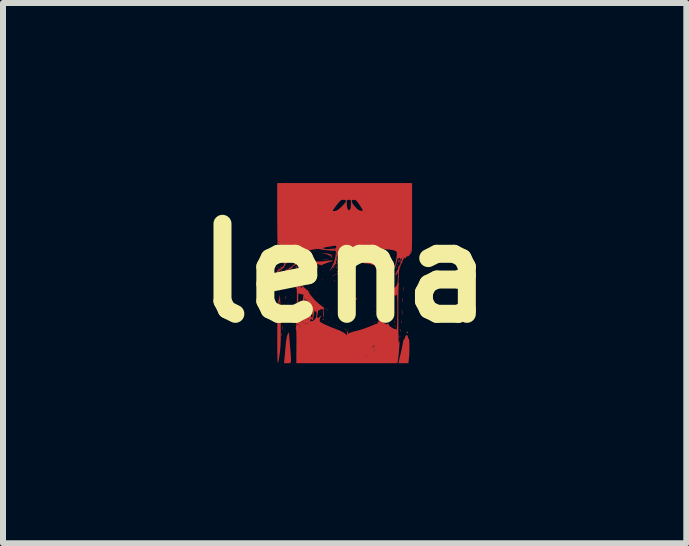
<source format=kicad_pcb>
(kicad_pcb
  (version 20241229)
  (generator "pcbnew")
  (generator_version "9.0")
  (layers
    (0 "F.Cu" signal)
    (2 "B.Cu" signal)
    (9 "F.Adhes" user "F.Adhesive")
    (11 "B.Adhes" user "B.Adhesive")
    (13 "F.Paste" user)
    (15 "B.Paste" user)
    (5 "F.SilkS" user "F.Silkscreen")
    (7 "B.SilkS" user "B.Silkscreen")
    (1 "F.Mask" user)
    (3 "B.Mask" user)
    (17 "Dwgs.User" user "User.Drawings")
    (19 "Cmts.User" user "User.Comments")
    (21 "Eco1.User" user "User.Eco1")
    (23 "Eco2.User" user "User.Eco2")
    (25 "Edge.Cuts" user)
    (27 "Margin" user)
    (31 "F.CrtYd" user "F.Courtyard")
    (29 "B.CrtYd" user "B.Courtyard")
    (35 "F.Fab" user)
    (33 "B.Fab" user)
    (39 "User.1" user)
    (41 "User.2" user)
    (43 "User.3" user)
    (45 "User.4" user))
  (footprint "lena"
    (layer "F.Cu")
    (at 2.693 1.501)
    (property "Reference" "lena" (at 0 0 0) (layer "F.SilkS") (effects (font (size 1.5 1.5) (thickness 0.3))))
    (attr board_only exclude_from_pos_files exclude_from_bom)
    (fp_poly (pts (xy -1.089 0.058) (xy -1.095 0.064) (xy -1.101 0.058) (xy -1.095 0.052)) (stroke (width 0) (type solid)) (fill yes) (layer "F.Cu"))
    (fp_poly (pts (xy -1.02 -0.162) (xy -1.026 -0.156) (xy -1.031 -0.162) (xy -1.026 -0.168)) (stroke (width 0) (type solid)) (fill yes) (layer "F.Cu"))
    (fp_poly (pts (xy -0.927 0.023) (xy -0.933 0.029) (xy -0.939 0.023) (xy -0.933 0.017)) (stroke (width 0) (type solid)) (fill yes) (layer "F.Cu"))
    (fp_poly (pts (xy -0.915 -0.116) (xy -0.921 -0.11) (xy -0.927 -0.116) (xy -0.921 -0.122)) (stroke (width 0) (type solid)) (fill yes) (layer "F.Cu"))
    (fp_poly (pts (xy -0.892 -0.174) (xy -0.898 -0.168) (xy -0.904 -0.174) (xy -0.898 -0.18)) (stroke (width 0) (type solid)) (fill yes) (layer "F.Cu"))
    (fp_poly (pts (xy -0.881 -0.197) (xy -0.886 -0.191) (xy -0.892 -0.197) (xy -0.886 -0.203)) (stroke (width 0) (type solid)) (fill yes) (layer "F.Cu"))
    (fp_poly (pts (xy -0.869 -0.151) (xy -0.875 -0.145) (xy -0.881 -0.151) (xy -0.875 -0.156)) (stroke (width 0) (type solid)) (fill yes) (layer "F.Cu"))
    (fp_poly (pts (xy -0.857 -0.185) (xy -0.863 -0.18) (xy -0.869 -0.185) (xy -0.863 -0.191)) (stroke (width 0) (type solid)) (fill yes) (layer "F.Cu"))
    (fp_poly (pts (xy -0.846 -0.012) (xy -0.852 -0.006) (xy -0.857 -0.012) (xy -0.852 -0.017)) (stroke (width 0) (type solid)) (fill yes) (layer "F.Cu"))
    (fp_poly (pts (xy -0.834 0.197) (xy -0.84 0.203) (xy -0.846 0.197) (xy -0.84 0.191)) (stroke (width 0) (type solid)) (fill yes) (layer "F.Cu"))
    (fp_poly (pts (xy -0.834 0.22) (xy -0.84 0.226) (xy -0.846 0.22) (xy -0.84 0.214)) (stroke (width 0) (type solid)) (fill yes) (layer "F.Cu"))
    (fp_poly (pts (xy -0.823 0.012) (xy -0.829 0.017) (xy -0.834 0.012) (xy -0.829 0.006)) (stroke (width 0) (type solid)) (fill yes) (layer "F.Cu"))
    (fp_poly (pts (xy -0.811 0.209) (xy -0.817 0.214) (xy -0.823 0.209) (xy -0.817 0.203)) (stroke (width 0) (type solid)) (fill yes) (layer "F.Cu"))
    (fp_poly (pts (xy -0.742 0.545) (xy -0.747 0.55) (xy -0.753 0.545) (xy -0.747 0.539)) (stroke (width 0) (type solid)) (fill yes) (layer "F.Cu"))
    (fp_poly (pts (xy -0.695 0.127) (xy -0.701 0.133) (xy -0.707 0.127) (xy -0.701 0.122)) (stroke (width 0) (type solid)) (fill yes) (layer "F.Cu"))
    (fp_poly (pts (xy -0.579 0.301) (xy -0.585 0.307) (xy -0.591 0.301) (xy -0.585 0.295)) (stroke (width 0) (type solid)) (fill yes) (layer "F.Cu"))
    (fp_poly (pts (xy -0.556 0.313) (xy -0.562 0.319) (xy -0.568 0.313) (xy -0.562 0.307)) (stroke (width 0) (type solid)) (fill yes) (layer "F.Cu"))
    (fp_poly (pts (xy -0.498 0.753) (xy -0.504 0.759) (xy -0.51 0.753) (xy -0.504 0.747)) (stroke (width 0) (type solid)) (fill yes) (layer "F.Cu"))
    (fp_poly (pts (xy -0.464 0.336) (xy -0.469 0.342) (xy -0.475 0.336) (xy -0.469 0.33)) (stroke (width 0) (type solid)) (fill yes) (layer "F.Cu"))
    (fp_poly (pts (xy -0.359 0.104) (xy -0.365 0.11) (xy -0.371 0.104) (xy -0.365 0.098)) (stroke (width 0) (type solid)) (fill yes) (layer "F.Cu"))
    (fp_poly (pts (xy -0.313 0.8) (xy -0.319 0.805) (xy -0.324 0.8) (xy -0.319 0.794)) (stroke (width 0) (type solid)) (fill yes) (layer "F.Cu"))
    (fp_poly (pts (xy -0.278 0.614) (xy -0.284 0.62) (xy -0.29 0.614) (xy -0.284 0.608)) (stroke (width 0) (type solid)) (fill yes) (layer "F.Cu"))
    (fp_poly (pts (xy -0.267 0.823) (xy -0.272 0.829) (xy -0.278 0.823) (xy -0.272 0.817)) (stroke (width 0) (type solid)) (fill yes) (layer "F.Cu"))
    (fp_poly (pts (xy -0.22 0.649) (xy -0.226 0.655) (xy -0.232 0.649) (xy -0.226 0.643)) (stroke (width 0) (type solid)) (fill yes) (layer "F.Cu"))
    (fp_poly (pts (xy -0.185 -0.07) (xy -0.191 -0.064) (xy -0.197 -0.07) (xy -0.191 -0.075)) (stroke (width 0) (type solid)) (fill yes) (layer "F.Cu"))
    (fp_poly (pts (xy -0.162 0.869) (xy -0.168 0.875) (xy -0.174 0.869) (xy -0.168 0.863)) (stroke (width 0) (type solid)) (fill yes) (layer "F.Cu"))
    (fp_poly (pts (xy -0.127 0.881) (xy -0.133 0.886) (xy -0.139 0.881) (xy -0.133 0.875)) (stroke (width 0) (type solid)) (fill yes) (layer "F.Cu"))
    (fp_poly (pts (xy -0.116 -0.127) (xy -0.122 -0.122) (xy -0.127 -0.127) (xy -0.122 -0.133)) (stroke (width 0) (type solid)) (fill yes) (layer "F.Cu"))
    (fp_poly (pts (xy -0.104 -0.104) (xy -0.11 -0.098) (xy -0.116 -0.104) (xy -0.11 -0.11)) (stroke (width 0) (type solid)) (fill yes) (layer "F.Cu"))
    (fp_poly (pts (xy -0.093 0.892) (xy -0.098 0.898) (xy -0.104 0.892) (xy -0.098 0.886)) (stroke (width 0) (type solid)) (fill yes) (layer "F.Cu"))
    (fp_poly (pts (xy -0.07 0.44) (xy -0.075 0.446) (xy -0.081 0.44) (xy -0.075 0.435)) (stroke (width 0) (type solid)) (fill yes) (layer "F.Cu"))
    (fp_poly (pts (xy -0.058 0.904) (xy -0.064 0.91) (xy -0.07 0.904) (xy -0.064 0.898)) (stroke (width 0) (type solid)) (fill yes) (layer "F.Cu"))
    (fp_poly (pts (xy 0 -0.255) (xy -0.006 -0.249) (xy -0.012 -0.255) (xy -0.006 -0.261)) (stroke (width 0) (type solid)) (fill yes) (layer "F.Cu"))
    (fp_poly (pts (xy 0.035 -0.185) (xy 0.029 -0.18) (xy 0.023 -0.185) (xy 0.029 -0.191)) (stroke (width 0) (type solid)) (fill yes) (layer "F.Cu"))
    (fp_poly (pts (xy 0.07 0.95) (xy 0.064 0.956) (xy 0.058 0.95) (xy 0.064 0.944)) (stroke (width 0) (type solid)) (fill yes) (layer "F.Cu"))
    (fp_poly (pts (xy 0.093 -0.29) (xy 0.087 -0.284) (xy 0.081 -0.29) (xy 0.087 -0.295)) (stroke (width 0) (type solid)) (fill yes) (layer "F.Cu"))
    (fp_poly (pts (xy 0.127 -0.22) (xy 0.122 -0.214) (xy 0.116 -0.22) (xy 0.122 -0.226)) (stroke (width 0) (type solid)) (fill yes) (layer "F.Cu"))
    (fp_poly (pts (xy 0.209 -0.336) (xy 0.203 -0.33) (xy 0.197 -0.336) (xy 0.203 -0.342)) (stroke (width 0) (type solid)) (fill yes) (layer "F.Cu"))
    (fp_poly (pts (xy 0.29 -0.232) (xy 0.284 -0.226) (xy 0.278 -0.232) (xy 0.284 -0.238)) (stroke (width 0) (type solid)) (fill yes) (layer "F.Cu"))
    (fp_poly (pts (xy 0.498 0.637) (xy 0.492 0.643) (xy 0.487 0.637) (xy 0.492 0.632)) (stroke (width 0) (type solid)) (fill yes) (layer "F.Cu"))
    (fp_poly (pts (xy 0.51 0.545) (xy 0.504 0.55) (xy 0.498 0.545) (xy 0.504 0.539)) (stroke (width 0) (type solid)) (fill yes) (layer "F.Cu"))
    (fp_poly (pts (xy 0.533 0.521) (xy 0.527 0.527) (xy 0.521 0.521) (xy 0.527 0.516)) (stroke (width 0) (type solid)) (fill yes) (layer "F.Cu"))
    (fp_poly (pts (xy 0.591 0.51) (xy 0.585 0.516) (xy 0.579 0.51) (xy 0.585 0.504)) (stroke (width 0) (type solid)) (fill yes) (layer "F.Cu"))
    (fp_poly (pts (xy 0.637 0.232) (xy 0.632 0.238) (xy 0.626 0.232) (xy 0.632 0.226)) (stroke (width 0) (type solid)) (fill yes) (layer "F.Cu"))
    (fp_poly (pts (xy 0.66 0.22) (xy 0.655 0.226) (xy 0.649 0.22) (xy 0.655 0.214)) (stroke (width 0) (type solid)) (fill yes) (layer "F.Cu"))
    (fp_poly (pts (xy 0.776 0.255) (xy 0.771 0.261) (xy 0.765 0.255) (xy 0.771 0.249)) (stroke (width 0) (type solid)) (fill yes) (layer "F.Cu"))
    (fp_poly (pts (xy 0.788 0.046) (xy 0.782 0.052) (xy 0.776 0.046) (xy 0.782 0.041)) (stroke (width 0) (type solid)) (fill yes) (layer "F.Cu"))
    (fp_poly (pts (xy 0.788 0.232) (xy 0.782 0.238) (xy 0.776 0.232) (xy 0.782 0.226)) (stroke (width 0) (type solid)) (fill yes) (layer "F.Cu"))
    (fp_poly (pts (xy 0.8 0.023) (xy 0.794 0.029) (xy 0.788 0.023) (xy 0.794 0.017)) (stroke (width 0) (type solid)) (fill yes) (layer "F.Cu"))
    (fp_poly (pts (xy 0.8 0.209) (xy 0.794 0.214) (xy 0.788 0.209) (xy 0.794 0.203)) (stroke (width 0) (type solid)) (fill yes) (layer "F.Cu"))
    (fp_poly (pts (xy 0.811 0) (xy 0.805 0.006) (xy 0.8 0) (xy 0.805 -0.006)) (stroke (width 0) (type solid)) (fill yes) (layer "F.Cu"))
    (fp_poly (pts (xy 0.823 0.162) (xy 0.817 0.168) (xy 0.811 0.162) (xy 0.817 0.156)) (stroke (width 0) (type solid)) (fill yes) (layer "F.Cu"))
    (fp_poly (pts (xy 0.834 0.127) (xy 0.829 0.133) (xy 0.823 0.127) (xy 0.829 0.122)) (stroke (width 0) (type solid)) (fill yes) (layer "F.Cu"))
    (fp_poly (pts (xy 0.846 0.104) (xy 0.84 0.11) (xy 0.834 0.104) (xy 0.84 0.098)) (stroke (width 0) (type solid)) (fill yes) (layer "F.Cu"))
    (fp_poly (pts (xy 0.857 0.07) (xy 0.852 0.075) (xy 0.846 0.07) (xy 0.852 0.064)) (stroke (width 0) (type solid)) (fill yes) (layer "F.Cu"))
    (fp_poly (pts (xy 0.927 0.267) (xy 0.921 0.272) (xy 0.915 0.267) (xy 0.921 0.261)) (stroke (width 0) (type solid)) (fill yes) (layer "F.Cu"))
    (fp_poly (pts (xy -0.896 0.044) (xy -0.898 0.051) (xy -0.904 0.052) (xy -0.913 0.048) (xy -0.912 0.044) (xy -0.898 0.043)) (stroke (width 0) (type solid)) (fill yes) (layer "F.Cu"))
    (fp_poly (pts (xy -0.827 0.856) (xy -0.825 0.869) (xy -0.827 0.871) (xy -0.833 0.869) (xy -0.834 0.863) (xy -0.83 0.854)) (stroke (width 0) (type solid)) (fill yes) (layer "F.Cu"))
    (fp_poly (pts (xy -0.734 0.456) (xy -0.732 0.474) (xy -0.735 0.478) (xy -0.74 0.474) (xy -0.741 0.463) (xy -0.738 0.45)) (stroke (width 0) (type solid)) (fill yes) (layer "F.Cu"))
    (fp_poly (pts (xy -0.722 0.513) (xy -0.721 0.532) (xy -0.723 0.536) (xy -0.728 0.532) (xy -0.729 0.52) (xy -0.726 0.508)) (stroke (width 0) (type solid)) (fill yes) (layer "F.Cu"))
    (fp_poly (pts (xy -0.166 0.119) (xy -0.165 0.138) (xy -0.167 0.142) (xy -0.172 0.138) (xy -0.173 0.126) (xy -0.17 0.114)) (stroke (width 0) (type solid)) (fill yes) (layer "F.Cu"))
    (fp_poly (pts (xy -0.143 0.021) (xy -0.145 0.028) (xy -0.151 0.029) (xy -0.16 0.025) (xy -0.158 0.021) (xy -0.145 0.02)) (stroke (width 0) (type solid)) (fill yes) (layer "F.Cu"))
    (fp_poly (pts (xy 0.02 0.166) (xy 0.021 0.184) (xy 0.019 0.188) (xy 0.013 0.185) (xy 0.013 0.173) (xy 0.015 0.16)) (stroke (width 0) (type solid)) (fill yes) (layer "F.Cu"))
    (fp_poly (pts (xy 0.078 0.451) (xy 0.075 0.456) (xy 0.063 0.457) (xy 0.05 0.454) (xy 0.056 0.45) (xy 0.074 0.448)) (stroke (width 0) (type solid)) (fill yes) (layer "F.Cu"))
    (fp_poly (pts (xy 0.251 -0.303) (xy 0.249 -0.296) (xy 0.243 -0.295) (xy 0.234 -0.3) (xy 0.236 -0.303) (xy 0.249 -0.305)) (stroke (width 0) (type solid)) (fill yes) (layer "F.Cu"))
    (fp_poly (pts (xy 0.351 -0.245) (xy 0.352 -0.241) (xy 0.336 -0.239) (xy 0.32 -0.241) (xy 0.322 -0.245) (xy 0.345 -0.247)) (stroke (width 0) (type solid)) (fill yes) (layer "F.Cu"))
    (fp_poly (pts (xy 0.494 0.705) (xy 0.496 0.719) (xy 0.494 0.72) (xy 0.488 0.719) (xy 0.487 0.713) (xy 0.491 0.703)) (stroke (width 0) (type solid)) (fill yes) (layer "F.Cu"))
    (fp_poly (pts (xy 0.587 0.241) (xy 0.586 0.248) (xy 0.579 0.249) (xy 0.57 0.245) (xy 0.572 0.241) (xy 0.585 0.24)) (stroke (width 0) (type solid)) (fill yes) (layer "F.Cu"))
    (fp_poly (pts (xy 0.634 0.734) (xy 0.635 0.752) (xy 0.633 0.756) (xy 0.627 0.752) (xy 0.627 0.741) (xy 0.629 0.728)) (stroke (width 0) (type solid)) (fill yes) (layer "F.Cu"))
    (fp_poly (pts (xy 0.819 -0.037) (xy 0.82 -0.023) (xy 0.819 -0.021) (xy 0.812 -0.023) (xy 0.811 -0.029) (xy 0.815 -0.039)) (stroke (width 0) (type solid)) (fill yes) (layer "F.Cu"))
    (fp_poly (pts (xy 0.842 0.872) (xy 0.844 0.896) (xy 0.842 0.901) (xy 0.838 0.902) (xy 0.836 0.886) (xy 0.838 0.87)) (stroke (width 0) (type solid)) (fill yes) (layer "F.Cu"))
    (fp_poly (pts (xy 0.865 0.033) (xy 0.867 0.047) (xy 0.865 0.048) (xy 0.858 0.047) (xy 0.857 0.041) (xy 0.862 0.031)) (stroke (width 0) (type solid)) (fill yes) (layer "F.Cu"))
    (fp_poly (pts (xy 0.888 -0.153) (xy 0.89 -0.139) (xy 0.888 -0.137) (xy 0.881 -0.139) (xy 0.881 -0.145) (xy 0.885 -0.154)) (stroke (width 0) (type solid)) (fill yes) (layer "F.Cu"))
    (fp_poly (pts (xy -0.894 -0.059) (xy -0.882 -0.047) (xy -0.884 -0.041) (xy -0.886 -0.041) (xy -0.896 -0.049) (xy -0.899 -0.054) (xy -0.901 -0.062)) (stroke (width 0) (type solid)) (fill yes) (layer "F.Cu"))
    (fp_poly (pts (xy -0.315 0.59) (xy -0.302 0.602) (xy -0.305 0.608) (xy -0.306 0.608) (xy -0.316 0.6) (xy -0.32 0.595) (xy -0.321 0.587)) (stroke (width 0) (type solid)) (fill yes) (layer "F.Cu"))
    (fp_poly (pts (xy -0.141 -0.105) (xy -0.128 -0.095) (xy -0.127 -0.092) (xy -0.133 -0.087) (xy -0.144 -0.098) (xy -0.146 -0.1) (xy -0.147 -0.108)) (stroke (width 0) (type solid)) (fill yes) (layer "F.Cu"))
    (fp_poly (pts (xy -0.109 -0.218) (xy -0.111 -0.209) (xy -0.121 -0.193) (xy -0.127 -0.196) (xy -0.127 -0.202) (xy -0.119 -0.218) (xy -0.116 -0.22)) (stroke (width 0) (type solid)) (fill yes) (layer "F.Cu"))
    (fp_poly (pts (xy 0.126 -0.349) (xy 0.138 -0.337) (xy 0.136 -0.33) (xy 0.134 -0.33) (xy 0.124 -0.338) (xy 0.121 -0.344) (xy 0.119 -0.352)) (stroke (width 0) (type solid)) (fill yes) (layer "F.Cu"))
    (fp_poly (pts (xy 0.682 0.184) (xy 0.694 0.195) (xy 0.695 0.198) (xy 0.69 0.202) (xy 0.678 0.192) (xy 0.677 0.189) (xy 0.675 0.181)) (stroke (width 0) (type solid)) (fill yes) (layer "F.Cu"))
    (fp_poly (pts (xy -1.104 -0.103) (xy -1.107 -0.098) (xy -1.118 -0.087) (xy -1.12 -0.087) (xy -1.12 -0.094) (xy -1.118 -0.098) (xy -1.107 -0.11) (xy -1.105 -0.11)) (stroke (width 0) (type solid)) (fill yes) (layer "F.Cu"))
    (fp_poly (pts (xy -1.089 0.029) (xy -1.099 0.039) (xy -1.107 0.041) (xy -1.122 0.038) (xy -1.124 0.036) (xy -1.115 0.029) (xy -1.107 0.025) (xy -1.092 0.025)) (stroke (width 0) (type solid)) (fill yes) (layer "F.Cu"))
    (fp_poly (pts (xy -1.047 -0.045) (xy -1.049 -0.041) (xy -1.06 -0.029) (xy -1.062 -0.029) (xy -1.062 -0.036) (xy -1.06 -0.041) (xy -1.049 -0.052) (xy -1.047 -0.052)) (stroke (width 0) (type solid)) (fill yes) (layer "F.Cu"))
    (fp_poly (pts (xy -1.046 1.005) (xy -1.045 1.035) (xy -1.046 1.046) (xy -1.05 1.049) (xy -1.052 1.033) (xy -1.052 1.026) (xy -1.051 1.004) (xy -1.048 1.002)) (stroke (width 0) (type solid)) (fill yes) (layer "F.Cu"))
    (fp_poly (pts (xy -1.035 0.878) (xy -1.033 0.915) (xy -1.035 0.941) (xy -1.037 0.949) (xy -1.039 0.936) (xy -1.039 0.91) (xy -1.039 0.881) (xy -1.037 0.87)) (stroke (width 0) (type solid)) (fill yes) (layer "F.Cu"))
    (fp_poly (pts (xy -1.023 0.768) (xy -1.021 0.798) (xy -1.023 0.814) (xy -1.026 0.817) (xy -1.028 0.8) (xy -1.028 0.788) (xy -1.027 0.766) (xy -1.025 0.762)) (stroke (width 0) (type solid)) (fill yes) (layer "F.Cu"))
    (fp_poly (pts (xy -1.012 0.646) (xy -1.01 0.675) (xy -1.012 0.687) (xy -1.015 0.69) (xy -1.017 0.674) (xy -1.017 0.666) (xy -1.016 0.645) (xy -1.013 0.643)) (stroke (width 0) (type solid)) (fill yes) (layer "F.Cu"))
    (fp_poly (pts (xy -1 0.519) (xy -0.998 0.548) (xy -1 0.559) (xy -1.003 0.563) (xy -1.005 0.547) (xy -1.005 0.539) (xy -1.004 0.518) (xy -1.001 0.515)) (stroke (width 0) (type solid)) (fill yes) (layer "F.Cu"))
    (fp_poly (pts (xy -0.988 0.385) (xy -0.986 0.416) (xy -0.989 0.432) (xy -0.992 0.434) (xy -0.993 0.418) (xy -0.994 0.406) (xy -0.992 0.383) (xy -0.99 0.38)) (stroke (width 0) (type solid)) (fill yes) (layer "F.Cu"))
    (fp_poly (pts (xy -0.977 0.223) (xy -0.975 0.257) (xy -0.977 0.275) (xy -0.98 0.281) (xy -0.981 0.266) (xy -0.982 0.249) (xy -0.981 0.224) (xy -0.979 0.217)) (stroke (width 0) (type solid)) (fill yes) (layer "F.Cu"))
    (fp_poly (pts (xy -0.861 -0.033) (xy -0.863 -0.029) (xy -0.874 -0.018) (xy -0.876 -0.017) (xy -0.877 -0.025) (xy -0.875 -0.029) (xy -0.864 -0.04) (xy -0.862 -0.041)) (stroke (width 0) (type solid)) (fill yes) (layer "F.Cu"))
    (fp_poly (pts (xy -0.817 -0.194) (xy -0.818 -0.189) (xy -0.828 -0.18) (xy -0.829 -0.18) (xy -0.838 -0.188) (xy -0.839 -0.189) (xy -0.835 -0.198) (xy -0.829 -0.199)) (stroke (width 0) (type solid)) (fill yes) (layer "F.Cu"))
    (fp_poly (pts (xy -0.815 0.652) (xy -0.813 0.686) (xy -0.815 0.704) (xy -0.817 0.709) (xy -0.819 0.695) (xy -0.82 0.678) (xy -0.819 0.653) (xy -0.816 0.646)) (stroke (width 0) (type solid)) (fill yes) (layer "F.Cu"))
    (fp_poly (pts (xy -0.757 0.002) (xy -0.759 0.006) (xy -0.77 0.017) (xy -0.772 0.017) (xy -0.773 0.01) (xy -0.771 0.006) (xy -0.76 -0.005) (xy -0.758 -0.006)) (stroke (width 0) (type solid)) (fill yes) (layer "F.Cu"))
    (fp_poly (pts (xy -0.678 0.16) (xy -0.669 0.167) (xy -0.653 0.181) (xy -0.649 0.187) (xy -0.655 0.19) (xy -0.67 0.175) (xy -0.674 0.171) (xy -0.684 0.157)) (stroke (width 0) (type solid)) (fill yes) (layer "F.Cu"))
    (fp_poly (pts (xy -0.348 0.767) (xy -0.348 0.771) (xy -0.352 0.782) (xy -0.353 0.782) (xy -0.363 0.774) (xy -0.365 0.771) (xy -0.364 0.76) (xy -0.36 0.759)) (stroke (width 0) (type solid)) (fill yes) (layer "F.Cu"))
    (fp_poly (pts (xy -0.177 0.036) (xy -0.18 0.041) (xy -0.191 0.052) (xy -0.193 0.052) (xy -0.193 0.045) (xy -0.191 0.041) (xy -0.18 0.029) (xy -0.178 0.029)) (stroke (width 0) (type solid)) (fill yes) (layer "F.Cu"))
    (fp_poly (pts (xy -0.096 -0.046) (xy -0.103 -0.038) (xy -0.12 -0.02) (xy -0.127 -0.02) (xy -0.127 -0.022) (xy -0.12 -0.031) (xy -0.107 -0.042) (xy -0.093 -0.052)) (stroke (width 0) (type solid)) (fill yes) (layer "F.Cu"))
    (fp_poly (pts (xy 0.006 0.925) (xy 0.014 0.931) (xy 0.031 0.946) (xy 0.035 0.952) (xy 0.029 0.955) (xy 0.014 0.94) (xy 0.01 0.936) (xy 0.000088 0.922)) (stroke (width 0) (type solid)) (fill yes) (layer "F.Cu"))
    (fp_poly (pts (xy 0.008 -0.009) (xy 0.01 0.022) (xy 0.008 0.038) (xy 0.005 0.041) (xy 0.003 0.024) (xy 0.003 0.012) (xy 0.004 -0.011) (xy 0.007 -0.014)) (stroke (width 0) (type solid)) (fill yes) (layer "F.Cu"))
    (fp_poly (pts (xy 0.263 -0.278) (xy 0.256 -0.269) (xy 0.239 -0.251) (xy 0.232 -0.251) (xy 0.232 -0.254) (xy 0.24 -0.263) (xy 0.252 -0.274) (xy 0.266 -0.284)) (stroke (width 0) (type solid)) (fill yes) (layer "F.Cu"))
    (fp_poly (pts (xy 0.449 -0.234) (xy 0.452 -0.231) (xy 0.435 -0.229) (xy 0.423 -0.229) (xy 0.401 -0.23) (xy 0.397 -0.233) (xy 0.403 -0.234) (xy 0.433 -0.236)) (stroke (width 0) (type solid)) (fill yes) (layer "F.Cu"))
    (fp_poly (pts (xy 0.586 0.477) (xy 0.574 0.492) (xy 0.556 0.51) (xy 0.547 0.516) (xy 0.549 0.508) (xy 0.562 0.492) (xy 0.579 0.475) (xy 0.589 0.469)) (stroke (width 0) (type solid)) (fill yes) (layer "F.Cu"))
    (fp_poly (pts (xy 0.715 0.152) (xy 0.713 0.156) (xy 0.702 0.167) (xy 0.7 0.168) (xy 0.699 0.161) (xy 0.701 0.156) (xy 0.712 0.145) (xy 0.714 0.145)) (stroke (width 0) (type solid)) (fill yes) (layer "F.Cu"))
    (fp_poly (pts (xy 0.761 0.141) (xy 0.759 0.145) (xy 0.748 0.156) (xy 0.746 0.156) (xy 0.745 0.149) (xy 0.747 0.145) (xy 0.758 0.134) (xy 0.76 0.133)) (stroke (width 0) (type solid)) (fill yes) (layer "F.Cu"))
    (fp_poly (pts (xy 0.773 0.071) (xy 0.771 0.075) (xy 0.76 0.086) (xy 0.758 0.087) (xy 0.757 0.079) (xy 0.759 0.075) (xy 0.77 0.064) (xy 0.772 0.064)) (stroke (width 0) (type solid)) (fill yes) (layer "F.Cu"))
    (fp_poly (pts (xy 0.818 0.071) (xy 0.805 0.087) (xy 0.788 0.104) (xy 0.779 0.11) (xy 0.781 0.103) (xy 0.794 0.087) (xy 0.811 0.07) (xy 0.821 0.064)) (stroke (width 0) (type solid)) (fill yes) (layer "F.Cu"))
    (fp_poly (pts (xy 0.83 0.795) (xy 0.831 0.797) (xy 0.832 0.822) (xy 0.83 0.832) (xy 0.827 0.832) (xy 0.825 0.814) (xy 0.825 0.811) (xy 0.827 0.793)) (stroke (width 0) (type solid)) (fill yes) (layer "F.Cu"))
    (fp_poly (pts (xy 0.877 -0.103) (xy 0.875 -0.098) (xy 0.864 -0.087) (xy 0.862 -0.087) (xy 0.861 -0.094) (xy 0.863 -0.098) (xy 0.874 -0.11) (xy 0.876 -0.11)) (stroke (width 0) (type solid)) (fill yes) (layer "F.Cu"))
    (fp_poly (pts (xy 0.914 -0.217) (xy 0.912 -0.197) (xy 0.905 -0.181) (xy 0.898 -0.176) (xy 0.895 -0.192) (xy 0.895 -0.196) (xy 0.898 -0.218) (xy 0.905 -0.226)) (stroke (width 0) (type solid)) (fill yes) (layer "F.Cu"))
    (fp_poly (pts (xy 0.923 1.04) (xy 0.925 1.069) (xy 0.923 1.081) (xy 0.92 1.084) (xy 0.918 1.068) (xy 0.918 1.06) (xy 0.919 1.039) (xy 0.922 1.037)) (stroke (width 0) (type solid)) (fill yes) (layer "F.Cu"))
    (fp_poly (pts (xy 0.935 0.936) (xy 0.937 0.965) (xy 0.935 0.976) (xy 0.932 0.98) (xy 0.93 0.964) (xy 0.93 0.956) (xy 0.931 0.935) (xy 0.934 0.932)) (stroke (width 0) (type solid)) (fill yes) (layer "F.Cu"))
    (fp_poly (pts (xy 0.947 0.791) (xy 0.949 0.821) (xy 0.947 0.837) (xy 0.943 0.84) (xy 0.942 0.823) (xy 0.942 0.811) (xy 0.943 0.789) (xy 0.945 0.785)) (stroke (width 0) (type solid)) (fill yes) (layer "F.Cu"))
    (fp_poly (pts (xy 0.982 0.229) (xy 0.984 0.263) (xy 0.982 0.287) (xy 0.979 0.292) (xy 0.977 0.276) (xy 0.977 0.255) (xy 0.978 0.229) (xy 0.98 0.221)) (stroke (width 0) (type solid)) (fill yes) (layer "F.Cu"))
    (fp_poly (pts (xy 1.043 0.973) (xy 1.054 0.988) (xy 1.054 0.991) (xy 1.046 1.002) (xy 1.043 1.002) (xy 1.033 0.993) (xy 1.031 0.984) (xy 1.037 0.972)) (stroke (width 0) (type solid)) (fill yes) (layer "F.Cu"))
    (fp_poly (pts (xy 0.97 0.42) (xy 0.97 0.42) (xy 0.972 0.458) (xy 0.97 0.49) (xy 0.968 0.496) (xy 0.966 0.482) (xy 0.965 0.452) (xy 0.966 0.422) (xy 0.968 0.411)) (stroke (width 0) (type solid)) (fill yes) (layer "F.Cu"))
    (fp_poly (pts (xy -1.082 0.211) (xy -1.081 0.217) (xy -1.079 0.261) (xy -1.081 0.304) (xy -1.083 0.314) (xy -1.084 0.304) (xy -1.085 0.275) (xy -1.085 0.261) (xy -1.085 0.226) (xy -1.083 0.209)) (stroke (width 0) (type solid)) (fill yes) (layer "F.Cu"))
    (fp_poly (pts (xy -0.746 0.031) (xy -0.733 0.053) (xy -0.728 0.065) (xy -0.715 0.097) (xy -0.713 0.108) (xy -0.722 0.099) (xy -0.74 0.07) (xy -0.753 0.044) (xy -0.757 0.027) (xy -0.755 0.025)) (stroke (width 0) (type solid)) (fill yes) (layer "F.Cu"))
    (fp_poly (pts (xy -0.269 -0.234) (xy -0.259 -0.232) (xy -0.27 -0.231) (xy -0.299 -0.23) (xy -0.313 -0.23) (xy -0.348 -0.23) (xy -0.365 -0.232) (xy -0.362 -0.234) (xy -0.356 -0.234) (xy -0.313 -0.236)) (stroke (width 0) (type solid)) (fill yes) (layer "F.Cu"))
    (fp_poly (pts (xy 0.303 -0.311) (xy 0.3 -0.3) (xy 0.299 -0.299) (xy 0.286 -0.286) (xy 0.28 -0.286) (xy 0.283 -0.294) (xy 0.281 -0.307) (xy 0.275 -0.311) (xy 0.273 -0.314) (xy 0.286 -0.315)) (stroke (width 0) (type solid)) (fill yes) (layer "F.Cu"))
    (fp_poly (pts (xy 0.958 0.615) (xy 0.959 0.617) (xy 0.96 0.658) (xy 0.959 0.692) (xy 0.956 0.701) (xy 0.955 0.689) (xy 0.954 0.659) (xy 0.954 0.655) (xy 0.954 0.623) (xy 0.956 0.609)) (stroke (width 0) (type solid)) (fill yes) (layer "F.Cu"))
    (fp_poly (pts (xy 0.47 -0.316) (xy 0.472 -0.316) (xy 0.483 -0.313) (xy 0.473 -0.312) (xy 0.444 -0.311) (xy 0.435 -0.311) (xy 0.401 -0.311) (xy 0.384 -0.313) (xy 0.387 -0.315) (xy 0.391 -0.315) (xy 0.429 -0.317)) (stroke (width 0) (type solid)) (fill yes) (layer "F.Cu"))
    (fp_poly (pts (xy -0.8 -0.111) (xy -0.797 -0.104) (xy -0.793 -0.081) (xy -0.799 -0.071) (xy -0.808 -0.065) (xy -0.805 -0.078) (xy -0.804 -0.08) (xy -0.801 -0.095) (xy -0.809 -0.094) (xy -0.818 -0.094) (xy -0.815 -0.105) (xy -0.808 -0.118)) (stroke (width 0) (type solid)) (fill yes) (layer "F.Cu"))
    (fp_poly (pts (xy -0.778 -0.055) (xy -0.771 -0.04) (xy -0.771 -0.021) (xy -0.777 -0.013) (xy -0.785 -0.008) (xy -0.781 -0.022) (xy -0.778 -0.038) (xy -0.786 -0.036) (xy -0.798 -0.035) (xy -0.8 -0.039) (xy -0.791 -0.056) (xy -0.789 -0.057)) (stroke (width 0) (type solid)) (fill yes) (layer "F.Cu"))
    (fp_poly (pts (xy 1.05 1.049) (xy 1.053 1.061) (xy 1.06 1.086) (xy 1.069 1.097) (xy 1.074 1.111) (xy 1.077 1.144) (xy 1.079 1.191) (xy 1.079 1.248) (xy 1.078 1.311) (xy 1.075 1.374) (xy 1.071 1.416) (xy 1.063 1.501) (xy 0.979 1.501) (xy 0.895 1.501) (xy 0.934 1.335) (xy 0.948 1.275) (xy 0.959 1.22) (xy 0.968 1.177) (xy 0.973 1.15) (xy 0.973 1.145) (xy 0.98 1.117) (xy 0.989 1.104) (xy 1.003 1.082) (xy 1.012 1.056) (xy 1.024 1.033) (xy 1.038 1.031)) (stroke (width 0) (type solid)) (fill yes) (layer "F.Cu"))
    (fp_poly (pts (xy -0.927 0.991) (xy -0.926 1.007) (xy -0.924 1.043) (xy -0.92 1.094) (xy -0.915 1.156) (xy -0.91 1.217) (xy -0.902 1.305) (xy -0.897 1.373) (xy -0.894 1.423) (xy -0.893 1.458) (xy -0.896 1.481) (xy -0.902 1.494) (xy -0.912 1.5) (xy -0.926 1.501) (xy -0.945 1.501) (xy -0.952 1.501) (xy -1.011 1.501) (xy -1.004 1.434) (xy -1 1.396) (xy -0.995 1.343) (xy -0.99 1.28) (xy -0.984 1.215) (xy -0.984 1.213) (xy -0.975 1.128) (xy -0.965 1.066) (xy -0.953 1.024) (xy -0.949 1.016) (xy -0.936 0.994) (xy -0.928 0.988)) (stroke (width 0) (type solid)) (fill yes) (layer "F.Cu"))
    (fp_poly (pts (xy -0.242 -0.316) (xy -0.213 -0.301) (xy -0.198 -0.289) (xy -0.202 -0.288) (xy -0.214 -0.292) (xy -0.23 -0.296) (xy -0.23 -0.291) (xy -0.215 -0.274) (xy -0.2 -0.255) (xy -0.201 -0.251) (xy -0.218 -0.264) (xy -0.243 -0.284) (xy -0.273 -0.303) (xy -0.251 -0.303) (xy -0.249 -0.296) (xy -0.243 -0.295) (xy -0.234 -0.3) (xy -0.236 -0.303) (xy -0.249 -0.305) (xy -0.251 -0.303) (xy -0.273 -0.303) (xy -0.284 -0.31) (xy -0.329 -0.32) (xy -0.336 -0.32) (xy -0.365 -0.322) (xy -0.373 -0.323) (xy -0.36 -0.326) (xy -0.348 -0.327) (xy -0.292 -0.328)) (stroke (width 0) (type solid)) (fill yes) (layer "F.Cu"))
    (fp_poly (pts (xy 0.095 0.393) (xy 0.143 0.399) (xy 0.18 0.409) (xy 0.202 0.422) (xy 0.204 0.424) (xy 0.208 0.439) (xy 0.198 0.44) (xy 0.186 0.43) (xy 0.161 0.418) (xy 0.13 0.418) (xy 0.105 0.42) (xy 0.101 0.418) (xy 0.11 0.412) (xy 0.125 0.404) (xy 0.119 0.401) (xy 0.114 0.401) (xy 0.093 0.406) (xy 0.087 0.411) (xy 0.072 0.418) (xy 0.066 0.417) (xy 0.048 0.415) (xy 0.015 0.417) (xy -0.026 0.421) (xy -0.071 0.425) (xy -0.096 0.424) (xy -0.101 0.418) (xy -0.085 0.405) (xy -0.052 0.396) (xy -0.008 0.391) (xy 0.043 0.39)) (stroke (width 0) (type solid)) (fill yes) (layer "F.Cu"))
    (fp_poly (pts (xy 0.35 -0.208) (xy 0.384 -0.203) (xy 0.473 -0.192) (xy 0.571 -0.19) (xy 0.664 -0.196) (xy 0.702 -0.202) (xy 0.759 -0.209) (xy 0.797 -0.205) (xy 0.801 -0.204) (xy 0.82 -0.196) (xy 0.818 -0.193) (xy 0.802 -0.192) (xy 0.782 -0.187) (xy 0.776 -0.18) (xy 0.766 -0.171) (xy 0.747 -0.168) (xy 0.726 -0.165) (xy 0.718 -0.159) (xy 0.709 -0.152) (xy 0.692 -0.15) (xy 0.626 -0.148) (xy 0.579 -0.144) (xy 0.548 -0.138) (xy 0.53 -0.128) (xy 0.528 -0.127) (xy 0.514 -0.117) (xy 0.51 -0.119) (xy 0.5 -0.128) (xy 0.473 -0.138) (xy 0.437 -0.148) (xy 0.399 -0.157) (xy 0.365 -0.161) (xy 0.343 -0.161) (xy 0.341 -0.16) (xy 0.327 -0.158) (xy 0.329 -0.166) (xy 0.331 -0.177) (xy 0.316 -0.181) (xy 0.284 -0.181) (xy 0.27 -0.182) (xy 0.278 -0.187) (xy 0.298 -0.2) (xy 0.302 -0.205) (xy 0.317 -0.209)) (stroke (width 0) (type solid)) (fill yes) (layer "F.Cu"))
    (fp_poly (pts (xy 0.02 -0.236) (xy 0.021 -0.23) (xy 0.014 -0.214) (xy -0.002 -0.185) (xy -0.017 -0.159) (xy -0.048 -0.11) (xy -0.071 -0.08) (xy -0.087 -0.069) (xy -0.099 -0.076) (xy -0.099 -0.077) (xy -0.101 -0.085) (xy -0.096 -0.083) (xy -0.082 -0.086) (xy -0.065 -0.104) (xy -0.064 -0.105) (xy -0.052 -0.127) (xy -0.053 -0.14) (xy -0.066 -0.151) (xy -0.066 -0.151) (xy -0.046 -0.151) (xy -0.041 -0.145) (xy -0.035 -0.151) (xy -0.041 -0.156) (xy -0.046 -0.151) (xy -0.066 -0.151) (xy -0.088 -0.161) (xy -0.098 -0.154) (xy -0.092 -0.131) (xy -0.091 -0.13) (xy -0.084 -0.113) (xy -0.089 -0.115) (xy -0.092 -0.117) (xy -0.103 -0.134) (xy -0.11 -0.154) (xy -0.11 -0.17) (xy -0.103 -0.173) (xy -0.102 -0.172) (xy -0.094 -0.173) (xy -0.097 -0.186) (xy -0.1 -0.199) (xy -0.093 -0.195) (xy -0.082 -0.182) (xy -0.061 -0.167) (xy -0.039 -0.164) (xy -0.025 -0.174) (xy -0.023 -0.182) (xy -0.032 -0.189) (xy -0.04 -0.187) (xy -0.058 -0.187) (xy -0.063 -0.191) (xy -0.059 -0.197) (xy -0.041 -0.198) (xy -0.015 -0.202) (xy -0.005 -0.216) (xy 0.005 -0.234) (xy 0.012 -0.238)) (stroke (width 0) (type solid)) (fill yes) (layer "F.Cu"))
    (fp_poly (pts (xy -1.077 0.411) (xy -1.075 0.436) (xy -1.073 0.48) (xy -1.071 0.541) (xy -1.069 0.615) (xy -1.067 0.699) (xy -1.066 0.79) (xy -1.065 0.829) (xy -1.065 0.94) (xy -1.065 1.032) (xy -1.065 1.108) (xy -1.067 1.172) (xy -1.07 1.227) (xy -1.075 1.278) (xy -1.08 1.328) (xy -1.083 1.347) (xy -1.091 1.403) (xy -1.1 1.451) (xy -1.108 1.484) (xy -1.114 1.5) (xy -1.115 1.501) (xy -1.117 1.489) (xy -1.119 1.456) (xy -1.121 1.403) (xy -1.122 1.331) (xy -1.123 1.241) (xy -1.123 1.135) (xy -1.123 1.017) (xy -1.122 0.904) (xy -1.121 0.802) (xy -1.119 0.718) (xy -1.101 0.718) (xy -1.095 0.724) (xy -1.089 0.718) (xy -1.095 0.713) (xy -1.101 0.718) (xy -1.119 0.718) (xy -1.119 0.713) (xy -1.118 0.668) (xy -1.11 0.668) (xy -1.107 0.67) (xy -1.101 0.655) (xy -1.094 0.637) (xy -1.092 0.639) (xy -1.09 0.663) (xy -1.09 0.663) (xy -1.088 0.689) (xy -1.084 0.701) (xy -1.083 0.701) (xy -1.081 0.69) (xy -1.08 0.661) (xy -1.079 0.618) (xy -1.079 0.571) (xy -1.08 0.44) (xy -1.095 0.539) (xy -1.104 0.601) (xy -1.109 0.644) (xy -1.11 0.668) (xy -1.118 0.668) (xy -1.117 0.638) (xy -1.115 0.579) (xy -1.112 0.539) (xy -1.11 0.52) (xy -1.109 0.519) (xy -1.103 0.497) (xy -1.104 0.475) (xy -1.104 0.454) (xy -1.099 0.446) (xy -1.092 0.436) (xy -1.088 0.41) (xy -1.088 0.403) (xy -1.086 0.359)) (stroke (width 0) (type solid)) (fill yes) (layer "F.Cu"))
    (fp_poly (pts (xy 1.124 -0.922) (xy 1.124 -0.791) (xy 1.124 -0.681) (xy 1.123 -0.591) (xy 1.123 -0.518) (xy 1.122 -0.46) (xy 1.121 -0.416) (xy 1.119 -0.383) (xy 1.116 -0.361) (xy 1.113 -0.345) (xy 1.11 -0.336) (xy 1.106 -0.33) (xy 1.103 -0.328) (xy 1.082 -0.307) (xy 1.074 -0.293) (xy 1.06 -0.279) (xy 1.048 -0.28) (xy 1.031 -0.278) (xy 1.023 -0.262) (xy 1.016 -0.245) (xy 1.003 -0.248) (xy 0.999 -0.252) (xy 0.986 -0.26) (xy 0.987 -0.251) (xy 0.988 -0.246) (xy 0.991 -0.231) (xy 0.985 -0.232) (xy 0.974 -0.231) (xy 0.973 -0.226) (xy 0.969 -0.21) (xy 0.957 -0.179) (xy 0.939 -0.141) (xy 0.938 -0.138) (xy 0.917 -0.086) (xy 0.906 -0.041) (xy 0.903 0.008) (xy 0.903 0.009) (xy 0.903 0.055) (xy 0.9 0.097) (xy 0.897 0.119) (xy 0.896 0.152) (xy 0.903 0.173) (xy 0.91 0.19) (xy 0.904 0.197) (xy 0.901 0.21) (xy 0.898 0.244) (xy 0.896 0.3) (xy 0.895 0.378) (xy 0.894 0.479) (xy 0.894 0.602) (xy 0.894 0.71) (xy 0.895 0.814) (xy 0.895 0.908) (xy 0.896 0.991) (xy 0.898 1.06) (xy 0.899 1.114) (xy 0.901 1.15) (xy 0.903 1.166) (xy 0.904 1.165) (xy 0.909 1.134) (xy 0.911 1.125) (xy 0.913 1.136) (xy 0.914 1.155) (xy 0.913 1.185) (xy 0.91 1.232) (xy 0.906 1.289) (xy 0.9 1.348) (xy 0.895 1.403) (xy 0.889 1.448) (xy 0.885 1.469) (xy 0.879 1.501) (xy 0.037 1.501) (xy -0.805 1.501) (xy -0.805 1.367) (xy 0.359 1.367) (xy 0.365 1.373) (xy 0.371 1.367) (xy 0.365 1.362) (xy 0.359 1.367) (xy -0.805 1.367) (xy -0.804 1.298) (xy 0.487 1.298) (xy 0.492 1.304) (xy 0.498 1.298) (xy 0.492 1.292) (xy 0.487 1.298) (xy -0.804 1.298) (xy -0.804 1.251) (xy 0.498 1.251) (xy 0.504 1.257) (xy 0.51 1.251) (xy 0.504 1.246) (xy 0.498 1.251) (xy -0.804 1.251) (xy -0.804 1.233) (xy 0.452 1.233) (xy 0.459 1.234) (xy 0.476 1.227) (xy 0.493 1.216) (xy 0.507 1.204) (xy 0.504 1.204) (xy 0.487 1.212) (xy 0.46 1.226) (xy 0.452 1.233) (xy -0.804 1.233) (xy -0.804 1.211) (xy -0.803 1.115) (xy -0.804 1.04) (xy -0.805 0.984) (xy -0.808 0.947) (xy -0.811 0.927) (xy -0.815 0.921) (xy -0.822 0.918) (xy -0.815 0.912) (xy -0.812 0.904) (xy -0.753 0.904) (xy -0.747 0.91) (xy -0.742 0.904) (xy -0.747 0.898) (xy -0.753 0.904) (xy -0.812 0.904) (xy -0.811 0.9) (xy -0.808 0.881) (xy -0.742 0.881) (xy -0.736 0.886) (xy -0.73 0.881) (xy -0.736 0.875) (xy -0.742 0.881) (xy -0.808 0.881) (xy -0.807 0.869) (xy -0.806 0.857) (xy -0.787 0.857) (xy -0.785 0.872) (xy -0.781 0.872) (xy -0.778 0.856) (xy -0.779 0.852) (xy -0.765 0.852) (xy -0.761 0.861) (xy -0.757 0.859) (xy -0.756 0.846) (xy -0.757 0.844) (xy -0.764 0.846) (xy -0.765 0.852) (xy -0.779 0.852) (xy -0.78 0.85) (xy -0.785 0.845) (xy -0.787 0.857) (xy -0.806 0.857) (xy -0.805 0.832) (xy -0.659 0.832) (xy -0.656 0.838) (xy -0.644 0.851) (xy -0.637 0.848) (xy -0.637 0.847) (xy -0.646 0.837) (xy -0.649 0.834) (xy -0.626 0.834) (xy -0.62 0.84) (xy -0.614 0.834) (xy -0.62 0.829) (xy -0.626 0.834) (xy -0.649 0.834) (xy -0.651 0.833) (xy -0.659 0.832) (xy -0.805 0.832) (xy -0.804 0.823) (xy -0.695 0.823) (xy -0.689 0.829) (xy -0.684 0.823) (xy -0.689 0.817) (xy -0.695 0.823) (xy -0.804 0.823) (xy -0.804 0.817) (xy -0.803 0.811) (xy -0.753 0.811) (xy -0.747 0.817) (xy -0.742 0.811) (xy -0.73 0.811) (xy -0.724 0.817) (xy -0.722 0.815) (xy -0.578 0.815) (xy -0.571 0.808) (xy -0.57 0.807) (xy -0.555 0.797) (xy -0.547 0.798) (xy -0.531 0.796) (xy -0.508 0.782) (xy -0.505 0.779) (xy -0.485 0.756) (xy -0.474 0.724) (xy -0.47 0.692) (xy -0.469 0.658) (xy -0.472 0.636) (xy -0.476 0.632) (xy -0.487 0.641) (xy -0.488 0.646) (xy -0.491 0.648) (xy -0.498 0.632) (xy -0.504 0.62) (xy -0.507 0.628) (xy -0.508 0.656) (xy -0.509 0.669) (xy -0.511 0.707) (xy -0.517 0.731) (xy -0.522 0.736) (xy -0.529 0.745) (xy -0.527 0.759) (xy -0.526 0.778) (xy -0.539 0.782) (xy -0.551 0.777) (xy -0.55 0.771) (xy -0.551 0.76) (xy -0.556 0.759) (xy -0.567 0.767) (xy -0.568 0.77) (xy -0.571 0.789) (xy -0.575 0.801) (xy -0.578 0.815) (xy -0.722 0.815) (xy -0.718 0.811) (xy -0.724 0.805) (xy -0.73 0.811) (xy -0.742 0.811) (xy -0.747 0.805) (xy -0.753 0.811) (xy -0.803 0.811) (xy -0.802 0.771) (xy -0.695 0.771) (xy -0.691 0.78) (xy -0.688 0.778) (xy -0.686 0.765) (xy -0.687 0.764) (xy -0.613 0.764) (xy -0.611 0.779) (xy -0.607 0.779) (xy -0.604 0.764) (xy -0.606 0.757) (xy -0.611 0.752) (xy -0.613 0.764) (xy -0.687 0.764) (xy -0.688 0.763) (xy -0.694 0.764) (xy -0.695 0.771) (xy -0.802 0.771) (xy -0.801 0.759) (xy -0.742 0.759) (xy -0.737 0.769) (xy -0.734 0.767) (xy -0.732 0.753) (xy -0.734 0.751) (xy -0.741 0.753) (xy -0.742 0.759) (xy -0.801 0.759) (xy -0.801 0.745) (xy -0.801 0.736) (xy -0.707 0.736) (xy -0.703 0.745) (xy -0.699 0.744) (xy -0.698 0.73) (xy -0.699 0.728) (xy -0.706 0.73) (xy -0.707 0.736) (xy -0.801 0.736) (xy -0.8 0.702) (xy -0.703 0.702) (xy -0.697 0.692) (xy -0.692 0.68) (xy -0.68 0.657) (xy -0.67 0.649) (xy -0.669 0.65) (xy -0.663 0.646) (xy -0.663 0.64) (xy -0.62 0.64) (xy -0.618 0.649) (xy -0.61 0.664) (xy -0.607 0.666) (xy -0.603 0.657) (xy -0.603 0.649) (xy -0.609 0.633) (xy -0.614 0.632) (xy -0.62 0.64) (xy -0.663 0.64) (xy -0.661 0.624) (xy -0.66 0.617) (xy -0.658 0.583) (xy -0.653 0.556) (xy -0.652 0.554) (xy -0.646 0.543) (xy -0.64 0.552) (xy -0.637 0.568) (xy -0.633 0.575) (xy -0.631 0.562) (xy -0.63 0.529) (xy -0.63 0.519) (xy -0.632 0.478) (xy -0.626 0.478) (xy -0.624 0.509) (xy -0.618 0.56) (xy -0.617 0.562) (xy -0.613 0.597) (xy -0.609 0.61) (xy -0.605 0.606) (xy -0.601 0.591) (xy -0.597 0.579) (xy -0.594 0.589) (xy -0.593 0.62) (xy -0.593 0.637) (xy -0.592 0.69) (xy -0.591 0.72) (xy -0.589 0.727) (xy -0.588 0.722) (xy -0.56 0.722) (xy -0.557 0.736) (xy -0.548 0.737) (xy -0.542 0.734) (xy -0.526 0.715) (xy -0.523 0.698) (xy -0.524 0.681) (xy -0.528 0.685) (xy -0.533 0.701) (xy -0.54 0.72) (xy -0.543 0.717) (xy -0.543 0.706) (xy -0.54 0.677) (xy -0.532 0.645) (xy -0.525 0.612) (xy -0.528 0.603) (xy -0.475 0.603) (xy -0.469 0.608) (xy -0.464 0.603) (xy -0.469 0.597) (xy -0.475 0.603) (xy -0.528 0.603) (xy -0.533 0.589) (xy -0.541 0.577) (xy -0.542 0.585) (xy -0.539 0.6) (xy -0.538 0.622) (xy -0.543 0.632) (xy -0.55 0.642) (xy -0.556 0.669) (xy -0.558 0.688) (xy -0.56 0.722) (xy -0.588 0.722) (xy -0.586 0.71) (xy -0.584 0.671) (xy -0.582 0.635) (xy -0.581 0.582) (xy -0.583 0.545) (xy -0.586 0.533) (xy -0.521 0.533) (xy -0.516 0.539) (xy -0.51 0.533) (xy -0.516 0.527) (xy -0.521 0.533) (xy -0.586 0.533) (xy -0.589 0.519) (xy -0.599 0.496) (xy -0.602 0.491) (xy -0.615 0.471) (xy -0.623 0.466) (xy -0.626 0.478) (xy -0.632 0.478) (xy -0.632 0.478) (xy -0.635 0.448) (xy -0.64 0.435) (xy -0.64 0.435) (xy -0.647 0.444) (xy -0.649 0.461) (xy -0.654 0.49) (xy -0.667 0.52) (xy -0.679 0.568) (xy -0.677 0.596) (xy -0.674 0.621) (xy -0.678 0.626) (xy -0.683 0.62) (xy -0.692 0.611) (xy -0.695 0.622) (xy -0.695 0.632) (xy -0.698 0.667) (xy -0.701 0.689) (xy -0.703 0.702) (xy -0.8 0.702) (xy -0.8 0.689) (xy -0.742 0.689) (xy -0.737 0.699) (xy -0.734 0.697) (xy -0.732 0.683) (xy -0.734 0.682) (xy -0.741 0.683) (xy -0.742 0.689) (xy -0.8 0.689) (xy -0.799 0.651) (xy -0.797 0.579) (xy -0.796 0.483) (xy -0.796 0.43) (xy -0.774 0.43) (xy -0.774 0.505) (xy -0.774 0.53) (xy -0.772 0.591) (xy -0.771 0.639) (xy -0.77 0.672) (xy -0.768 0.686) (xy -0.767 0.681) (xy -0.761 0.646) (xy -0.749 0.632) (xy -0.747 0.632) (xy -0.732 0.622) (xy -0.729 0.611) (xy -0.726 0.603) (xy -0.719 0.618) (xy -0.718 0.62) (xy -0.714 0.631) (xy -0.71 0.629) (xy -0.707 0.612) (xy -0.705 0.578) (xy -0.702 0.524) (xy -0.701 0.512) (xy -0.68 0.512) (xy -0.679 0.521) (xy -0.674 0.508) (xy -0.665 0.475) (xy -0.662 0.459) (xy -0.657 0.431) (xy -0.657 0.429) (xy -0.603 0.429) (xy -0.597 0.435) (xy -0.591 0.429) (xy -0.597 0.423) (xy -0.603 0.429) (xy -0.657 0.429) (xy -0.658 0.418) (xy -0.661 0.419) (xy -0.668 0.436) (xy -0.675 0.466) (xy -0.677 0.481) (xy -0.68 0.512) (xy -0.701 0.512) (xy -0.7 0.485) (xy -0.697 0.442) (xy -0.691 0.399) (xy -0.691 0.395) (xy -0.689 0.382) (xy -0.603 0.382) (xy -0.597 0.388) (xy -0.591 0.382) (xy -0.597 0.377) (xy -0.603 0.382) (xy -0.689 0.382) (xy -0.687 0.368) (xy -0.692 0.356) (xy -0.711 0.353) (xy -0.718 0.353) (xy -0.743 0.35) (xy -0.753 0.342) (xy -0.753 0.342) (xy -0.762 0.331) (xy -0.765 0.33) (xy -0.769 0.342) (xy -0.773 0.375) (xy -0.774 0.43) (xy -0.796 0.43) (xy -0.796 0.407) (xy -0.796 0.348) (xy -0.797 0.306) (xy -0.798 0.29) (xy -0.649 0.29) (xy -0.643 0.295) (xy -0.637 0.29) (xy -0.643 0.284) (xy -0.649 0.29) (xy -0.798 0.29) (xy -0.799 0.276) (xy -0.802 0.257) (xy -0.806 0.245) (xy -0.811 0.239) (xy -0.822 0.228) (xy -0.815 0.229) (xy -0.808 0.23) (xy -0.794 0.23) (xy -0.789 0.214) (xy -0.79 0.205) (xy -0.793 0.164) (xy -0.8 0.144) (xy -0.812 0.142) (xy -0.821 0.147) (xy -0.834 0.156) (xy -0.83 0.15) (xy -0.824 0.142) (xy -0.816 0.125) (xy -0.827 0.119) (xy -0.838 0.121) (xy -0.843 0.115) (xy -0.841 0.111) (xy -0.843 0.096) (xy -0.853 0.082) (xy -0.853 0.081) (xy -0.834 0.081) (xy -0.829 0.087) (xy -0.823 0.081) (xy -0.829 0.075) (xy -0.834 0.081) (xy -0.853 0.081) (xy -0.865 0.063) (xy -0.858 0.047) (xy -0.857 0.046) (xy -0.846 0.046) (xy -0.84 0.052) (xy -0.834 0.046) (xy -0.84 0.041) (xy -0.846 0.046) (xy -0.857 0.046) (xy -0.838 0.035) (xy -0.823 0.043) (xy -0.817 0.066) (xy -0.817 0.067) (xy -0.812 0.087) (xy -0.798 0.115) (xy -0.778 0.144) (xy -0.759 0.166) (xy -0.745 0.176) (xy -0.743 0.176) (xy -0.734 0.181) (xy -0.736 0.182) (xy -0.751 0.184) (xy -0.76 0.179) (xy -0.77 0.175) (xy -0.773 0.189) (xy -0.773 0.207) (xy -0.769 0.232) (xy -0.763 0.242) (xy -0.762 0.241) (xy -0.758 0.229) (xy -0.759 0.225) (xy -0.762 0.215) (xy -0.748 0.217) (xy -0.737 0.221) (xy -0.724 0.232) (xy -0.725 0.239) (xy -0.722 0.244) (xy -0.713 0.242) (xy -0.702 0.235) (xy -0.709 0.225) (xy -0.718 0.218) (xy -0.733 0.201) (xy -0.734 0.188) (xy -0.733 0.182) (xy -0.732 0.183) (xy -0.71 0.202) (xy -0.691 0.223) (xy -0.663 0.251) (xy -0.637 0.272) (xy -0.625 0.278) (xy -0.609 0.288) (xy -0.608 0.295) (xy -0.604 0.308) (xy -0.589 0.334) (xy -0.566 0.368) (xy -0.559 0.377) (xy -0.497 0.449) (xy -0.419 0.52) (xy -0.359 0.565) (xy -0.343 0.578) (xy -0.341 0.581) (xy -0.342 0.581) (xy -0.348 0.588) (xy -0.351 0.618) (xy -0.35 0.658) (xy -0.348 0.697) (xy -0.35 0.724) (xy -0.353 0.733) (xy -0.354 0.733) (xy -0.359 0.717) (xy -0.361 0.686) (xy -0.361 0.663) (xy -0.36 0.627) (xy -0.364 0.608) (xy -0.374 0.601) (xy -0.382 0.6) (xy -0.401 0.603) (xy -0.406 0.61) (xy -0.414 0.618) (xy -0.423 0.616) (xy -0.435 0.618) (xy -0.444 0.639) (xy -0.446 0.652) (xy -0.453 0.689) (xy -0.458 0.719) (xy -0.459 0.721) (xy -0.456 0.742) (xy -0.442 0.747) (xy -0.422 0.735) (xy -0.417 0.73) (xy -0.4 0.715) (xy -0.392 0.713) (xy -0.39 0.719) (xy -0.399 0.731) (xy -0.413 0.756) (xy -0.417 0.782) (xy -0.415 0.8) (xy -0.405 0.814) (xy -0.382 0.829) (xy -0.344 0.849) (xy -0.339 0.852) (xy -0.294 0.872) (xy -0.235 0.897) (xy -0.174 0.921) (xy -0.139 0.935) (xy -0.078 0.959) (xy -0.03 0.983) (xy 0.002 1.003) (xy 0.009 1.009) (xy 0.035 1.038) (xy 0.036 1.012) (xy 0.037 0.987) (xy 0.036 0.976) (xy 0.044 0.968) (xy 0.047 0.968) (xy 0.054 0.977) (xy 0.052 0.992) (xy 0.048 1.007) (xy 0.055 1.009) (xy 0.077 0.999) (xy 0.108 0.986) (xy 0.15 0.974) (xy 0.169 0.969) (xy 0.235 0.953) (xy 0.312 0.929) (xy 0.389 0.901) (xy 0.458 0.873) (xy 0.477 0.865) (xy 0.51 0.85) (xy 0.531 0.844) (xy 0.537 0.845) (xy 0.539 0.847) (xy 0.55 0.834) (xy 0.56 0.811) (xy 0.579 0.811) (xy 0.585 0.817) (xy 0.591 0.811) (xy 0.585 0.805) (xy 0.579 0.811) (xy 0.56 0.811) (xy 0.564 0.803) (xy 0.564 0.788) (xy 0.579 0.788) (xy 0.585 0.794) (xy 0.591 0.788) (xy 0.585 0.782) (xy 0.579 0.788) (xy 0.564 0.788) (xy 0.565 0.779) (xy 0.563 0.758) (xy 0.57 0.755) (xy 0.582 0.762) (xy 0.599 0.778) (xy 0.604 0.788) (xy 0.613 0.8) (xy 0.635 0.818) (xy 0.663 0.835) (xy 0.689 0.848) (xy 0.703 0.852) (xy 0.717 0.842) (xy 0.722 0.831) (xy 0.726 0.824) (xy 0.729 0.839) (xy 0.729 0.842) (xy 0.736 0.865) (xy 0.757 0.888) (xy 0.785 0.908) (xy 0.819 0.927) (xy 0.841 0.934) (xy 0.847 0.931) (xy 0.856 0.931) (xy 0.864 0.946) (xy 0.868 0.944) (xy 0.87 0.92) (xy 0.873 0.875) (xy 0.875 0.811) (xy 0.877 0.729) (xy 0.878 0.673) (xy 0.878 0.571) (xy 0.878 0.488) (xy 0.876 0.424) (xy 0.874 0.382) (xy 0.87 0.362) (xy 0.869 0.361) (xy 0.859 0.358) (xy 0.857 0.371) (xy 0.855 0.387) (xy 0.851 0.382) (xy 0.846 0.371) (xy 0.838 0.358) (xy 0.835 0.362) (xy 0.828 0.376) (xy 0.816 0.372) (xy 0.807 0.356) (xy 0.805 0.356) (xy 0.805 0.375) (xy 0.806 0.409) (xy 0.806 0.411) (xy 0.809 0.457) (xy 0.811 0.516) (xy 0.814 0.579) (xy 0.815 0.608) (xy 0.817 0.66) (xy 0.818 0.689) (xy 0.818 0.698) (xy 0.815 0.687) (xy 0.812 0.658) (xy 0.81 0.649) (xy 0.804 0.593) (xy 0.798 0.53) (xy 0.793 0.478) (xy 0.789 0.436) (xy 0.784 0.405) (xy 0.779 0.39) (xy 0.778 0.39) (xy 0.755 0.389) (xy 0.744 0.376) (xy 0.746 0.348) (xy 0.757 0.31) (xy 0.801 0.31) (xy 0.804 0.317) (xy 0.816 0.329) (xy 0.823 0.327) (xy 0.823 0.325) (xy 0.814 0.315) (xy 0.809 0.312) (xy 0.801 0.31) (xy 0.757 0.31) (xy 0.759 0.302) (xy 0.759 0.301) (xy 0.759 0.294) (xy 0.75 0.306) (xy 0.745 0.313) (xy 0.736 0.329) (xy 0.73 0.35) (xy 0.726 0.379) (xy 0.723 0.42) (xy 0.721 0.478) (xy 0.72 0.527) (xy 0.718 0.589) (xy 0.717 0.642) (xy 0.715 0.683) (xy 0.713 0.707) (xy 0.712 0.712) (xy 0.71 0.703) (xy 0.708 0.675) (xy 0.707 0.632) (xy 0.707 0.579) (xy 0.707 0.571) (xy 0.706 0.498) (xy 0.704 0.447) (xy 0.7 0.414) (xy 0.694 0.397) (xy 0.685 0.394) (xy 0.681 0.395) (xy 0.678 0.406) (xy 0.685 0.412) (xy 0.695 0.423) (xy 0.686 0.437) (xy 0.675 0.444) (xy 0.674 0.44) (xy 0.669 0.427) (xy 0.666 0.426) (xy 0.66 0.435) (xy 0.654 0.463) (xy 0.649 0.505) (xy 0.648 0.518) (xy 0.642 0.614) (xy 0.637 0.527) (xy 0.633 0.44) (xy 0.626 0.545) (xy 0.622 0.59) (xy 0.619 0.612) (xy 0.617 0.612) (xy 0.615 0.597) (xy 0.612 0.554) (xy 0.609 0.512) (xy 0.608 0.504) (xy 0.61 0.475) (xy 0.622 0.449) (xy 0.646 0.421) (xy 0.671 0.397) (xy 0.691 0.385) (xy 0.698 0.384) (xy 0.706 0.381) (xy 0.705 0.375) (xy 0.71 0.349) (xy 0.728 0.317) (xy 0.752 0.29) (xy 0.776 0.29) (xy 0.782 0.295) (xy 0.788 0.29) (xy 0.782 0.284) (xy 0.776 0.29) (xy 0.752 0.29) (xy 0.753 0.288) (xy 0.767 0.278) (xy 0.8 0.278) (xy 0.805 0.284) (xy 0.811 0.278) (xy 0.805 0.272) (xy 0.8 0.278) (xy 0.767 0.278) (xy 0.779 0.269) (xy 0.787 0.267) (xy 0.817 0.253) (xy 0.847 0.23) (xy 0.849 0.228) (xy 0.864 0.209) (xy 0.874 0.186) (xy 0.874 0.185) (xy 0.892 0.185) (xy 0.898 0.191) (xy 0.904 0.185) (xy 0.898 0.18) (xy 0.892 0.185) (xy 0.874 0.185) (xy 0.881 0.153) (xy 0.886 0.103) (xy 0.886 0.097) (xy 0.889 0.038) (xy 0.887 0.002) (xy 0.882 -0.011) (xy 0.874 -0.01) (xy 0.876 -0.000128) (xy 0.877 0.014) (xy 0.871 0.015) (xy 0.856 0.02) (xy 0.841 0.035) (xy 0.837 0.037) (xy 0.843 0.021) (xy 0.857 -0.008) (xy 0.864 -0.02) (xy 0.883 -0.059) (xy 0.895 -0.091) (xy 0.898 -0.11) (xy 0.897 -0.112) (xy 0.895 -0.12) (xy 0.904 -0.116) (xy 0.914 -0.113) (xy 0.912 -0.126) (xy 0.91 -0.14) (xy 0.916 -0.139) (xy 0.927 -0.141) (xy 0.928 -0.147) (xy 0.93 -0.169) (xy 0.933 -0.2) (xy 0.931 -0.226) (xy 0.942 -0.226) (xy 0.944 -0.203) (xy 0.949 -0.202) (xy 0.953 -0.208) (xy 0.956 -0.234) (xy 0.953 -0.244) (xy 0.946 -0.251) (xy 0.943 -0.238) (xy 0.942 -0.226) (xy 0.931 -0.226) (xy 0.93 -0.231) (xy 0.92 -0.25) (xy 0.911 -0.255) (xy 0.962 -0.255) (xy 0.968 -0.249) (xy 0.973 -0.255) (xy 0.968 -0.261) (xy 0.962 -0.255) (xy 0.911 -0.255) (xy 0.907 -0.257) (xy 0.904 -0.248) (xy 0.902 -0.238) (xy 0.893 -0.248) (xy 0.886 -0.25) (xy 0.877 -0.23) (xy 0.87 -0.196) (xy 0.859 -0.15) (xy 0.846 -0.107) (xy 0.839 -0.087) (xy 0.83 -0.068) (xy 0.827 -0.068) (xy 0.828 -0.075) (xy 0.844 -0.147) (xy 0.856 -0.214) (xy 0.865 -0.271) (xy 0.869 -0.313) (xy 0.869 -0.319) (xy 0.868 -0.336) (xy 1.089 -0.336) (xy 1.095 -0.33) (xy 1.101 -0.336) (xy 1.095 -0.342) (xy 1.089 -0.336) (xy 0.868 -0.336) (xy 0.867 -0.349) (xy 0.86 -0.359) (xy 1.089 -0.359) (xy 1.095 -0.353) (xy 1.101 -0.359) (xy 1.095 -0.365) (xy 1.089 -0.359) (xy 0.86 -0.359) (xy 0.857 -0.365) (xy 0.831 -0.375) (xy 0.826 -0.377) (xy 0.775 -0.389) (xy 0.724 -0.395) (xy 0.667 -0.396) (xy 0.598 -0.39) (xy 0.514 -0.378) (xy 0.472 -0.372) (xy 0.389 -0.358) (xy 0.327 -0.351) (xy 0.287 -0.349) (xy 0.27 -0.352) (xy 0.259 -0.354) (xy 0.245 -0.345) (xy 0.227 -0.323) (xy 0.202 -0.285) (xy 0.195 -0.274) (xy 0.167 -0.231) (xy 0.137 -0.189) (xy 0.109 -0.152) (xy 0.084 -0.122) (xy 0.066 -0.103) (xy 0.058 -0.1) (xy 0.058 -0.101) (xy 0.065 -0.114) (xy 0.084 -0.138) (xy 0.099 -0.156) (xy 0.129 -0.192) (xy 0.16 -0.236) (xy 0.19 -0.283) (xy 0.215 -0.327) (xy 0.233 -0.363) (xy 0.269 -0.363) (xy 0.298 -0.355) (xy 0.344 -0.36) (xy 0.365 -0.365) (xy 0.379 -0.37) (xy 0.374 -0.373) (xy 0.348 -0.374) (xy 0.327 -0.374) (xy 0.289 -0.372) (xy 0.269 -0.368) (xy 0.269 -0.363) (xy 0.233 -0.363) (xy 0.234 -0.366) (xy 0.244 -0.394) (xy 0.243 -0.406) (xy 0.237 -0.425) (xy 0.256 -0.425) (xy 0.263 -0.405) (xy 0.268 -0.397) (xy 0.278 -0.392) (xy 0.296 -0.389) (xy 0.328 -0.388) (xy 0.375 -0.39) (xy 0.438 -0.392) (xy 0.499 -0.396) (xy 0.552 -0.4) (xy 0.593 -0.404) (xy 0.618 -0.408) (xy 0.622 -0.409) (xy 0.62 -0.415) (xy 0.598 -0.422) (xy 0.56 -0.43) (xy 0.509 -0.439) (xy 0.449 -0.446) (xy 0.383 -0.453) (xy 0.371 -0.454) (xy 0.329 -0.457) (xy 0.305 -0.456) (xy 0.292 -0.451) (xy 0.285 -0.439) (xy 0.284 -0.435) (xy 0.276 -0.418) (xy 0.267 -0.422) (xy 0.265 -0.424) (xy 0.257 -0.434) (xy 0.256 -0.425) (xy 0.237 -0.425) (xy 0.237 -0.428) (xy 0.239 -0.442) (xy 0.238 -0.447) (xy 0.228 -0.435) (xy 0.221 -0.425) (xy 0.206 -0.397) (xy 0.204 -0.38) (xy 0.211 -0.367) (xy 0.22 -0.354) (xy 0.213 -0.357) (xy 0.208 -0.362) (xy 0.195 -0.368) (xy 0.183 -0.359) (xy 0.168 -0.333) (xy 0.154 -0.305) (xy 0.146 -0.286) (xy 0.146 -0.284) (xy 0.138 -0.272) (xy 0.12 -0.251) (xy 0.115 -0.245) (xy 0.089 -0.214) (xy 0.063 -0.176) (xy 0.057 -0.166) (xy 0.033 -0.129) (xy 0.008 -0.094) (xy 0.002 -0.086) (xy -0.015 -0.062) (xy -0.015 -0.053) (xy 0.000152 -0.06) (xy 0.022 -0.078) (xy 0.052 -0.104) (xy 0.023 -0.073) (xy 0.001 -0.054) (xy -0.029 -0.032) (xy -0.062 -0.01) (xy -0.093 0.008) (xy -0.116 0.019) (xy -0.127 0.02) (xy -0.127 0.019) (xy -0.12 0.005) (xy -0.104 -0.012) (xy -0.088 -0.024) (xy -0.081 -0.023) (xy -0.074 -0.024) (xy -0.067 -0.03) (xy -0.044 -0.03) (xy -0.042 -0.029) (xy -0.031 -0.037) (xy -0.029 -0.041) (xy -0.026 -0.051) (xy -0.028 -0.052) (xy -0.038 -0.044) (xy -0.041 -0.041) (xy -0.044 -0.03) (xy -0.067 -0.03) (xy -0.055 -0.039) (xy -0.035 -0.058) (xy -0.008 -0.087) (xy 0.008 -0.107) (xy 0.01 -0.117) (xy -0.000263 -0.113) (xy -0.024 -0.094) (xy -0.026 -0.092) (xy -0.037 -0.084) (xy -0.033 -0.091) (xy -0.015 -0.111) (xy -0.005 -0.122) (xy 0.000007 -0.127) (xy 0.012 -0.127) (xy 0.017 -0.122) (xy 0.023 -0.127) (xy 0.017 -0.133) (xy 0.012 -0.127) (xy 0.000007 -0.127) (xy 0.04 -0.174) (xy 0.073 -0.217) (xy 0.091 -0.249) (xy 0.094 -0.267) (xy 0.097 -0.272) (xy 0.1 -0.269) (xy 0.109 -0.274) (xy 0.113 -0.278) (xy 0.127 -0.278) (xy 0.133 -0.272) (xy 0.139 -0.278) (xy 0.133 -0.284) (xy 0.127 -0.278) (xy 0.113 -0.278) (xy 0.125 -0.293) (xy 0.143 -0.32) (xy 0.16 -0.348) (xy 0.171 -0.372) (xy 0.173 -0.382) (xy 0.169 -0.384) (xy 0.161 -0.373) (xy 0.147 -0.36) (xy 0.138 -0.36) (xy 0.133 -0.374) (xy 0.135 -0.38) (xy 0.137 -0.387) (xy 0.126 -0.38) (xy 0.107 -0.371) (xy 0.098 -0.374) (xy 0.094 -0.375) (xy 0.096 -0.371) (xy 0.09 -0.364) (xy 0.068 -0.361) (xy 0.038 -0.361) (xy 0.006 -0.363) (xy -0.02 -0.368) (xy -0.034 -0.375) (xy -0.034 -0.375) (xy -0.05 -0.383) (xy -0.071 -0.375) (xy -0.094 -0.355) (xy -0.112 -0.326) (xy -0.116 -0.315) (xy -0.126 -0.281) (xy -0.135 -0.255) (xy -0.136 -0.252) (xy -0.137 -0.24) (xy -0.127 -0.243) (xy -0.118 -0.246) (xy -0.126 -0.234) (xy -0.129 -0.231) (xy -0.144 -0.201) (xy -0.146 -0.172) (xy -0.134 -0.152) (xy -0.132 -0.147) (xy -0.143 -0.15) (xy -0.159 -0.151) (xy -0.158 -0.138) (xy -0.157 -0.138) (xy -0.154 -0.125) (xy -0.164 -0.13) (xy -0.168 -0.133) (xy -0.182 -0.141) (xy -0.185 -0.135) (xy -0.177 -0.118) (xy -0.174 -0.116) (xy -0.166 -0.104) (xy -0.175 -0.094) (xy -0.192 -0.094) (xy -0.206 -0.095) (xy -0.209 -0.091) (xy -0.216 -0.077) (xy -0.233 -0.053) (xy -0.238 -0.046) (xy -0.25 -0.033) (xy -0.25 -0.037) (xy -0.239 -0.059) (xy -0.226 -0.081) (xy -0.208 -0.118) (xy -0.195 -0.118) (xy -0.192 -0.112) (xy -0.181 -0.099) (xy -0.174 -0.102) (xy -0.174 -0.104) (xy -0.182 -0.113) (xy -0.187 -0.117) (xy -0.195 -0.118) (xy -0.208 -0.118) (xy -0.187 -0.162) (xy -0.174 -0.162) (xy -0.168 -0.156) (xy -0.162 -0.162) (xy -0.168 -0.168) (xy -0.174 -0.162) (xy -0.187 -0.162) (xy -0.179 -0.18) (xy -0.177 -0.185) (xy -0.162 -0.185) (xy -0.156 -0.18) (xy -0.151 -0.185) (xy -0.156 -0.191) (xy -0.162 -0.185) (xy -0.177 -0.185) (xy -0.153 -0.28) (xy -0.149 -0.319) (xy -0.148 -0.325) (xy -0.138 -0.325) (xy -0.136 -0.31) (xy -0.132 -0.31) (xy -0.129 -0.326) (xy -0.131 -0.332) (xy -0.136 -0.337) (xy -0.138 -0.325) (xy -0.148 -0.325) (xy -0.146 -0.365) (xy -0.127 -0.365) (xy -0.123 -0.355) (xy -0.12 -0.357) (xy -0.118 -0.371) (xy -0.12 -0.373) (xy -0.127 -0.371) (xy -0.127 -0.365) (xy -0.146 -0.365) (xy -0.145 -0.371) (xy -0.255 -0.378) (xy -0.308 -0.382) (xy -0.357 -0.388) (xy -0.371 -0.391) (xy -0.18 -0.391) (xy -0.169 -0.389) (xy -0.154 -0.391) (xy -0.154 -0.394) (xy -0.116 -0.394) (xy -0.11 -0.388) (xy -0.104 -0.394) (xy -0.093 -0.394) (xy -0.087 -0.388) (xy -0.081 -0.394) (xy -0.087 -0.4) (xy -0.093 -0.394) (xy -0.104 -0.394) (xy -0.11 -0.4) (xy -0.116 -0.394) (xy -0.154 -0.394) (xy -0.154 -0.395) (xy -0.169 -0.398) (xy -0.176 -0.396) (xy -0.18 -0.391) (xy -0.371 -0.391) (xy -0.393 -0.395) (xy -0.403 -0.398) (xy -0.431 -0.403) (xy -0.466 -0.403) (xy -0.515 -0.395) (xy -0.534 -0.392) (xy -0.58 -0.382) (xy -0.611 -0.372) (xy -0.632 -0.359) (xy -0.651 -0.339) (xy -0.666 -0.318) (xy -0.7 -0.275) (xy -0.722 -0.251) (xy -0.735 -0.246) (xy -0.738 -0.255) (xy -0.732 -0.266) (xy -0.726 -0.264) (xy -0.721 -0.265) (xy -0.724 -0.272) (xy -0.736 -0.279) (xy -0.748 -0.27) (xy -0.752 -0.253) (xy -0.75 -0.245) (xy -0.734 -0.233) (xy -0.699 -0.224) (xy -0.687 -0.223) (xy -0.649 -0.219) (xy -0.598 -0.212) (xy -0.543 -0.204) (xy -0.53 -0.202) (xy -0.472 -0.195) (xy -0.422 -0.193) (xy -0.37 -0.196) (xy -0.318 -0.202) (xy -0.27 -0.208) (xy -0.231 -0.211) (xy -0.206 -0.212) (xy -0.201 -0.21) (xy -0.203 -0.201) (xy -0.21 -0.198) (xy -0.283 -0.174) (xy -0.335 -0.155) (xy -0.368 -0.141) (xy -0.384 -0.131) (xy -0.385 -0.129) (xy -0.392 -0.122) (xy -0.394 -0.13) (xy -0.404 -0.14) (xy -0.43 -0.145) (xy -0.465 -0.145) (xy -0.5 -0.142) (xy -0.531 -0.135) (xy -0.546 -0.126) (xy -0.56 -0.115) (xy -0.563 -0.12) (xy -0.56 -0.131) (xy -0.561 -0.148) (xy -0.579 -0.158) (xy -0.587 -0.16) (xy -0.62 -0.16) (xy -0.643 -0.153) (xy -0.659 -0.146) (xy -0.657 -0.152) (xy -0.649 -0.162) (xy -0.639 -0.177) (xy -0.645 -0.18) (xy -0.662 -0.177) (xy -0.684 -0.176) (xy -0.688 -0.186) (xy -0.687 -0.187) (xy -0.693 -0.201) (xy -0.714 -0.21) (xy -0.735 -0.212) (xy -0.753 -0.205) (xy -0.776 -0.184) (xy -0.79 -0.168) (xy -0.814 -0.143) (xy -0.83 -0.129) (xy -0.834 -0.128) (xy -0.841 -0.128) (xy -0.857 -0.116) (xy -0.872 -0.097) (xy -0.873 -0.084) (xy -0.873 -0.077) (xy -0.879 -0.08) (xy -0.895 -0.078) (xy -0.917 -0.061) (xy -0.921 -0.057) (xy -0.94 -0.038) (xy -0.95 -0.032) (xy -0.95 -0.033) (xy -0.959 -0.032) (xy -0.984 -0.022) (xy -1.009 -0.01) (xy -1.046 0.007) (xy -1.067 0.014) (xy -1.07 0.012) (xy -1.054 0.000234) (xy -1.025 -0.016) (xy -0.996 -0.034) (xy -0.979 -0.049) (xy -0.977 -0.055) (xy -0.97 -0.068) (xy -0.962 -0.072) (xy -0.95 -0.074) (xy -0.958 -0.067) (xy -0.962 -0.064) (xy -0.972 -0.054) (xy -0.962 -0.055) (xy -0.958 -0.057) (xy -0.938 -0.063) (xy -0.931 -0.064) (xy -0.931 -0.071) (xy -0.934 -0.077) (xy -0.935 -0.085) (xy -0.93 -0.083) (xy -0.916 -0.086) (xy -0.892 -0.102) (xy -0.876 -0.116) (xy -0.85 -0.139) (xy -0.834 -0.139) (xy -0.829 -0.133) (xy -0.823 -0.139) (xy -0.829 -0.145) (xy -0.834 -0.139) (xy -0.85 -0.139) (xy -0.847 -0.141) (xy -0.824 -0.16) (xy -0.816 -0.166) (xy -0.799 -0.183) (xy -0.796 -0.192) (xy -0.787 -0.217) (xy -0.784 -0.224) (xy -0.783 -0.233) (xy -0.799 -0.236) (xy -0.822 -0.236) (xy -0.852 -0.232) (xy -0.864 -0.224) (xy -0.863 -0.215) (xy -0.865 -0.21) (xy -0.88 -0.22) (xy -0.886 -0.226) (xy -0.905 -0.243) (xy -0.911 -0.243) (xy -0.908 -0.232) (xy -0.906 -0.217) (xy -0.912 -0.218) (xy -0.925 -0.213) (xy -0.946 -0.194) (xy -0.971 -0.164) (xy -0.972 -0.162) (xy -0.995 -0.13) (xy -1.007 -0.107) (xy -1.006 -0.098) (xy -1.006 -0.098) (xy -1.004 -0.093) (xy -1.02 -0.084) (xy -1.022 -0.083) (xy -1.052 -0.065) (xy -1.084 -0.04) (xy -1.089 -0.035) (xy -1.124 -0.001) (xy -1.124 -0.031) (xy -1.118 -0.048) (xy -1.11 -0.048) (xy -1.11 -0.041) (xy -1.108 -0.041) (xy -1.098 -0.048) (xy -1.088 -0.061) (xy -1.078 -0.075) (xy -1.084 -0.072) (xy -1.092 -0.065) (xy -1.11 -0.048) (xy -1.118 -0.048) (xy -1.114 -0.06) (xy -1.089 -0.076) (xy -1.067 -0.076) (xy -1.056 -0.076) (xy -1.061 -0.087) (xy -1.065 -0.093) (xy -1.031 -0.093) (xy -1.026 -0.087) (xy -1.02 -0.093) (xy -1.026 -0.098) (xy -1.031 -0.093) (xy -1.065 -0.093) (xy -1.067 -0.095) (xy -1.077 -0.109) (xy -1.073 -0.107) (xy -1.064 -0.101) (xy -1.049 -0.093) (xy -1.036 -0.102) (xy -1.023 -0.118) (xy -1.006 -0.149) (xy -1.004 -0.162) (xy -0.997 -0.162) (xy -0.991 -0.156) (xy -0.985 -0.162) (xy -0.991 -0.168) (xy -0.997 -0.162) (xy -1.004 -0.162) (xy -1.003 -0.171) (xy -1.011 -0.186) (xy -1.009 -0.197) (xy -1.002 -0.199) (xy -0.991 -0.194) (xy -0.991 -0.19) (xy -0.989 -0.177) (xy -0.987 -0.175) (xy -0.977 -0.181) (xy -0.963 -0.202) (xy -0.96 -0.209) (xy -0.95 -0.237) (xy -0.952 -0.249) (xy -0.964 -0.242) (xy -0.973 -0.232) (xy -0.99 -0.221) (xy -0.999 -0.222) (xy -1.003 -0.234) (xy -0.998 -0.241) (xy -0.986 -0.26) (xy -0.993 -0.271) (xy -1.002 -0.272) (xy -1.018 -0.28) (xy -1.021 -0.287) (xy -1.024 -0.29) (xy -1.031 -0.278) (xy -1.037 -0.27) (xy -1.043 -0.278) (xy -1.05 -0.301) (xy -0.707 -0.301) (xy -0.701 -0.295) (xy -0.695 -0.301) (xy -0.701 -0.307) (xy -0.707 -0.301) (xy -1.05 -0.301) (xy -1.051 -0.306) (xy -1.053 -0.313) (xy -0.962 -0.313) (xy -0.956 -0.307) (xy -0.95 -0.313) (xy -0.956 -0.319) (xy -0.962 -0.313) (xy -1.053 -0.313) (xy -1.055 -0.324) (xy -1.056 -0.326) (xy -1.004 -0.326) (xy -1.003 -0.319) (xy -0.997 -0.319) (xy -0.987 -0.323) (xy -0.988 -0.324) (xy -0.742 -0.324) (xy -0.736 -0.319) (xy -0.73 -0.324) (xy -0.736 -0.33) (xy -0.742 -0.324) (xy -0.988 -0.324) (xy -0.989 -0.326) (xy -1.003 -0.328) (xy -1.004 -0.326) (xy -1.056 -0.326) (xy -1.057 -0.331) (xy -0.681 -0.331) (xy -0.679 -0.33) (xy -0.669 -0.338) (xy -0.666 -0.342) (xy -0.663 -0.353) (xy -0.665 -0.353) (xy -0.675 -0.345) (xy -0.678 -0.342) (xy -0.681 -0.331) (xy -1.057 -0.331) (xy -1.059 -0.343) (xy -1.028 -0.343) (xy -1.027 -0.342) (xy -1.019 -0.348) (xy -0.707 -0.348) (xy -0.701 -0.342) (xy -0.695 -0.348) (xy -0.701 -0.353) (xy -0.707 -0.348) (xy -1.019 -0.348) (xy -1.016 -0.35) (xy -1.014 -0.353) (xy -1.011 -0.364) (xy -1.013 -0.365) (xy -1.023 -0.357) (xy -1.026 -0.353) (xy -1.028 -0.343) (xy -1.059 -0.343) (xy -1.064 -0.364) (xy -1.069 -0.393) (xy -1.06 -0.393) (xy -1.055 -0.394) (xy -1.04 -0.392) (xy -1.037 -0.388) (xy -1.026 -0.377) (xy -1.023 -0.377) (xy -1.024 -0.384) (xy -1.032 -0.397) (xy -1.045 -0.414) (xy -1.046 -0.415) (xy -0.371 -0.415) (xy -0.361 -0.413) (xy -0.337 -0.409) (xy -0.328 -0.403) (xy -0.329 -0.402) (xy -0.321 -0.399) (xy -0.296 -0.399) (xy -0.257 -0.401) (xy -0.251 -0.402) (xy -0.208 -0.406) (xy -0.173 -0.409) (xy -0.154 -0.411) (xy -0.154 -0.411) (xy -0.142 -0.421) (xy -0.139 -0.436) (xy -0.141 -0.45) (xy -0.145 -0.452) (xy 0.267 -0.452) (xy 0.272 -0.446) (xy 0.278 -0.452) (xy 0.272 -0.458) (xy 0.267 -0.452) (xy -0.145 -0.452) (xy -0.151 -0.456) (xy -0.175 -0.455) (xy -0.194 -0.452) (xy -0.25 -0.443) (xy -0.299 -0.435) (xy -0.338 -0.426) (xy -0.363 -0.419) (xy -0.371 -0.415) (xy -1.046 -0.415) (xy -1.05 -0.421) (xy -1.055 -0.415) (xy -1.059 -0.405) (xy -1.06 -0.393) (xy -1.069 -0.393) (xy -1.069 -0.395) (xy -1.07 -0.408) (xy -1.078 -0.421) (xy -1.089 -0.423) (xy -1.108 -0.433) (xy -1.117 -0.449) (xy -1.118 -0.466) (xy -1.119 -0.484) (xy -1.111 -0.484) (xy -1.108 -0.464) (xy -1.097 -0.45) (xy -1.084 -0.446) (xy -1.084 -0.446) (xy -1.066 -0.446) (xy -1.062 -0.437) (xy -1.058 -0.438) (xy -1.057 -0.452) (xy -1.058 -0.454) (xy -1.065 -0.452) (xy -1.066 -0.446) (xy -1.084 -0.446) (xy -1.078 -0.455) (xy -1.084 -0.471) (xy -1.089 -0.481) (xy -1.102 -0.491) (xy -1.111 -0.484) (xy -1.119 -0.484) (xy -1.119 -0.504) (xy -1.12 -0.527) (xy -1.101 -0.527) (xy -1.097 -0.518) (xy -1.093 -0.52) (xy -1.092 -0.533) (xy -1.093 -0.535) (xy -1.1 -0.533) (xy -1.101 -0.527) (xy -1.12 -0.527) (xy -1.12 -0.56) (xy -1.122 -0.631) (xy -1.122 -0.716) (xy -1.123 -0.811) (xy -1.124 -0.914) (xy -1.124 -0.988) (xy -1.124 -1.035) (xy -0.197 -1.035) (xy -0.187 -1.033) (xy -0.169 -1.034) (xy -0.164 -1.035) (xy -0.138 -1.041) (xy -0.11 -1.056) (xy -0.077 -1.084) (xy -0.049 -1.11) (xy -0.007 -1.154) (xy 0.015 -1.184) (xy 0.035 -1.184) (xy 0.035 -1.179) (xy 0.038 -1.118) (xy 0.047 -1.075) (xy 0.06 -1.052) (xy 0.07 -1.049) (xy 0.088 -1.059) (xy 0.097 -1.075) (xy 0.101 -1.101) (xy 0.104 -1.14) (xy 0.104 -1.162) (xy 0.104 -1.197) (xy 0.103 -1.2) (xy 0.116 -1.2) (xy 0.126 -1.17) (xy 0.155 -1.128) (xy 0.165 -1.116) (xy 0.203 -1.075) (xy 0.234 -1.051) (xy 0.265 -1.04) (xy 0.287 -1.038) (xy 0.298 -1.039) (xy 0.301 -1.046) (xy 0.295 -1.061) (xy 0.279 -1.089) (xy 0.252 -1.13) (xy 0.223 -1.173) (xy 0.202 -1.2) (xy 0.185 -1.215) (xy 0.169 -1.221) (xy 0.154 -1.222) (xy 0.125 -1.217) (xy 0.116 -1.2) (xy 0.103 -1.2) (xy 0.099 -1.215) (xy 0.088 -1.222) (xy 0.07 -1.222) (xy 0.047 -1.22) (xy 0.037 -1.21) (xy 0.035 -1.184) (xy 0.015 -1.184) (xy 0.016 -1.186) (xy 0.022 -1.207) (xy 0.009 -1.219) (xy -0.02 -1.222) (xy -0.042 -1.221) (xy -0.06 -1.214) (xy -0.079 -1.199) (xy -0.103 -1.171) (xy -0.128 -1.14) (xy -0.163 -1.093) (xy -0.186 -1.062) (xy -0.197 -1.044) (xy -0.197 -1.035) (xy -1.124 -1.035) (xy -1.124 -1.501) (xy -0.000159 -1.501) (xy 1.124 -1.501)) (stroke (width 0) (type solid)) (fill yes) (layer "F.Cu")))
  (gr_rect
    (start -3 -3)
    (end 8.386 6.002)
    (stroke (width 0.1) (type default))
    (fill no)
    (layer "Edge.Cuts")))
</source>
